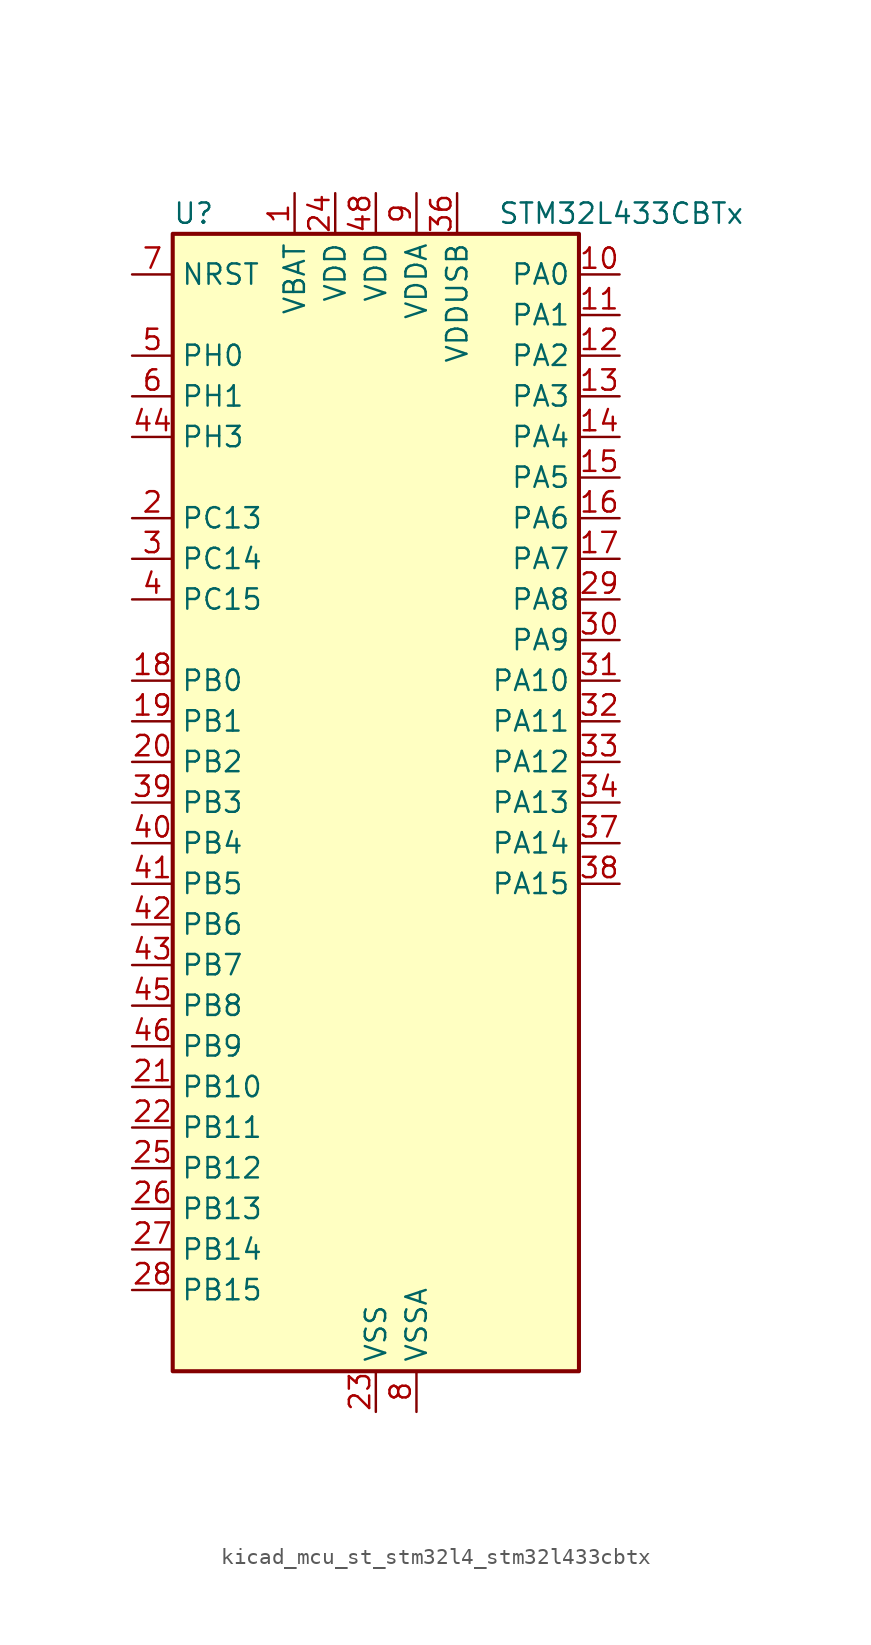
<source format=kicad_sym>
(kicad_symbol_lib
  (version 20220914)
  (generator kicad_symbol_editor)
  (symbol "kicad_mcu_st_stm32l4_stm32l433cbtx"
    (property "Reference" "U"
      (at -12.7 36.83 0)
      (effects (font (size 1.27 1.27)) (justify left)))
    (property "Value" "STM32L433CBTx"
      (at 7.62 36.83 0)
      (effects (font (size 1.27 1.27)) (justify left)))
    (property "ki_locked" ""
      (at 0 0 0)
      (effects (font (size 1.27 1.27))))
    (symbol "kicad_mcu_st_stm32l4_stm32l433cbtx_0_1"
      (rectangle (start -12.7 -35.56) (end 12.7 35.56) (stroke (width 0.254) (type default)) (fill (type background))))
    (symbol "kicad_mcu_st_stm32l4_stm32l433cbtx_1_1"
      (pin power_in line (at -5.08 38.1 270) (length 2.54) (name "VBAT" (effects (font (size 1.27 1.27)))) (number "1" (effects (font (size 1.27 1.27)))))
      (pin bidirectional line (at 15.24 33.02 180) (length 2.54) (name "PA0" (effects (font (size 1.27 1.27)))) (number "10" (effects (font (size 1.27 1.27)))) (alternate "ADC1_IN5" bidirectional line) (alternate "COMP1_INM" bidirectional line) (alternate "COMP1_OUT" bidirectional line) (alternate "OPAMP1_VINP" bidirectional line) (alternate "RTC_TAMP2" bidirectional line) (alternate "SAI1_EXTCLK" bidirectional line) (alternate "SYS_WKUP1" bidirectional line) (alternate "TIM2_CH1" bidirectional line) (alternate "TIM2_ETR" bidirectional line) (alternate "USART2_CTS" bidirectional line))
      (pin bidirectional line (at 15.24 30.48 180) (length 2.54) (name "PA1" (effects (font (size 1.27 1.27)))) (number "11" (effects (font (size 1.27 1.27)))) (alternate "ADC1_IN6" bidirectional line) (alternate "COMP1_INP" bidirectional line) (alternate "I2C1_SMBA" bidirectional line) (alternate "LCD_SEG0" bidirectional line) (alternate "OPAMP1_VINM" bidirectional line) (alternate "SPI1_SCK" bidirectional line) (alternate "TIM15_CH1N" bidirectional line) (alternate "TIM2_CH2" bidirectional line) (alternate "USART2_DE" bidirectional line) (alternate "USART2_RTS" bidirectional line))
      (pin bidirectional line (at 15.24 27.94 180) (length 2.54) (name "PA2" (effects (font (size 1.27 1.27)))) (number "12" (effects (font (size 1.27 1.27)))) (alternate "ADC1_IN7" bidirectional line) (alternate "COMP2_INM" bidirectional line) (alternate "COMP2_OUT" bidirectional line) (alternate "LCD_SEG1" bidirectional line) (alternate "LPUART1_TX" bidirectional line) (alternate "QUADSPI_BK1_NCS" bidirectional line) (alternate "RCC_LSCO" bidirectional line) (alternate "SYS_WKUP4" bidirectional line) (alternate "TIM15_CH1" bidirectional line) (alternate "TIM2_CH3" bidirectional line) (alternate "USART2_TX" bidirectional line))
      (pin bidirectional line (at 15.24 25.4 180) (length 2.54) (name "PA3" (effects (font (size 1.27 1.27)))) (number "13" (effects (font (size 1.27 1.27)))) (alternate "ADC1_IN8" bidirectional line) (alternate "COMP2_INP" bidirectional line) (alternate "LCD_SEG2" bidirectional line) (alternate "LPUART1_RX" bidirectional line) (alternate "OPAMP1_VOUT" bidirectional line) (alternate "QUADSPI_CLK" bidirectional line) (alternate "SAI1_MCLK_A" bidirectional line) (alternate "TIM15_CH2" bidirectional line) (alternate "TIM2_CH4" bidirectional line) (alternate "USART2_RX" bidirectional line))
      (pin bidirectional line (at 15.24 22.86 180) (length 2.54) (name "PA4" (effects (font (size 1.27 1.27)))) (number "14" (effects (font (size 1.27 1.27)))) (alternate "ADC1_IN9" bidirectional line) (alternate "COMP1_INM" bidirectional line) (alternate "COMP2_INM" bidirectional line) (alternate "DAC1_OUT1" bidirectional line) (alternate "LPTIM2_OUT" bidirectional line) (alternate "SAI1_FS_B" bidirectional line) (alternate "SPI1_NSS" bidirectional line) (alternate "SPI3_NSS" bidirectional line) (alternate "USART2_CK" bidirectional line))
      (pin bidirectional line (at 15.24 20.32 180) (length 2.54) (name "PA5" (effects (font (size 1.27 1.27)))) (number "15" (effects (font (size 1.27 1.27)))) (alternate "ADC1_IN10" bidirectional line) (alternate "COMP1_INM" bidirectional line) (alternate "COMP2_INM" bidirectional line) (alternate "DAC1_OUT2" bidirectional line) (alternate "LPTIM2_ETR" bidirectional line) (alternate "SPI1_SCK" bidirectional line) (alternate "TIM2_CH1" bidirectional line) (alternate "TIM2_ETR" bidirectional line))
      (pin bidirectional line (at 15.24 17.78 180) (length 2.54) (name "PA6" (effects (font (size 1.27 1.27)))) (number "16" (effects (font (size 1.27 1.27)))) (alternate "ADC1_IN11" bidirectional line) (alternate "COMP1_OUT" bidirectional line) (alternate "LCD_SEG3" bidirectional line) (alternate "LPUART1_CTS" bidirectional line) (alternate "QUADSPI_BK1_IO3" bidirectional line) (alternate "SPI1_MISO" bidirectional line) (alternate "TIM16_CH1" bidirectional line) (alternate "TIM1_BKIN" bidirectional line) (alternate "TIM1_BKIN_COMP2" bidirectional line) (alternate "USART3_CTS" bidirectional line))
      (pin bidirectional line (at 15.24 15.24 180) (length 2.54) (name "PA7" (effects (font (size 1.27 1.27)))) (number "17" (effects (font (size 1.27 1.27)))) (alternate "ADC1_IN12" bidirectional line) (alternate "COMP2_OUT" bidirectional line) (alternate "I2C3_SCL" bidirectional line) (alternate "LCD_SEG4" bidirectional line) (alternate "QUADSPI_BK1_IO2" bidirectional line) (alternate "SPI1_MOSI" bidirectional line) (alternate "TIM1_CH1N" bidirectional line))
      (pin bidirectional line (at -15.24 7.62 0) (length 2.54) (name "PB0" (effects (font (size 1.27 1.27)))) (number "18" (effects (font (size 1.27 1.27)))) (alternate "ADC1_IN15" bidirectional line) (alternate "COMP1_OUT" bidirectional line) (alternate "LCD_SEG5" bidirectional line) (alternate "QUADSPI_BK1_IO1" bidirectional line) (alternate "SAI1_EXTCLK" bidirectional line) (alternate "SPI1_NSS" bidirectional line) (alternate "TIM1_CH2N" bidirectional line) (alternate "USART3_CK" bidirectional line))
      (pin bidirectional line (at -15.24 5.08 0) (length 2.54) (name "PB1" (effects (font (size 1.27 1.27)))) (number "19" (effects (font (size 1.27 1.27)))) (alternate "ADC1_IN16" bidirectional line) (alternate "COMP1_INM" bidirectional line) (alternate "LCD_SEG6" bidirectional line) (alternate "LPTIM2_IN1" bidirectional line) (alternate "LPUART1_DE" bidirectional line) (alternate "LPUART1_RTS" bidirectional line) (alternate "QUADSPI_BK1_IO0" bidirectional line) (alternate "TIM1_CH3N" bidirectional line) (alternate "USART3_DE" bidirectional line) (alternate "USART3_RTS" bidirectional line))
      (pin bidirectional line (at -15.24 17.78 0) (length 2.54) (name "PC13" (effects (font (size 1.27 1.27)))) (number "2" (effects (font (size 1.27 1.27)))) (alternate "RTC_OUT_ALARM" bidirectional line) (alternate "RTC_OUT_CALIB" bidirectional line) (alternate "RTC_TAMP1" bidirectional line) (alternate "RTC_TS" bidirectional line) (alternate "SYS_WKUP2" bidirectional line))
      (pin bidirectional line (at -15.24 2.54 0) (length 2.54) (name "PB2" (effects (font (size 1.27 1.27)))) (number "20" (effects (font (size 1.27 1.27)))) (alternate "COMP1_INP" bidirectional line) (alternate "I2C3_SMBA" bidirectional line) (alternate "LCD_VLCD" bidirectional line) (alternate "LPTIM1_OUT" bidirectional line) (alternate "RTC_OUT_ALARM" bidirectional line) (alternate "RTC_OUT_CALIB" bidirectional line))
      (pin bidirectional line (at -15.24 -17.78 0) (length 2.54) (name "PB10" (effects (font (size 1.27 1.27)))) (number "21" (effects (font (size 1.27 1.27)))) (alternate "COMP1_OUT" bidirectional line) (alternate "I2C2_SCL" bidirectional line) (alternate "LCD_SEG10" bidirectional line) (alternate "LPUART1_RX" bidirectional line) (alternate "QUADSPI_CLK" bidirectional line) (alternate "SAI1_SCK_A" bidirectional line) (alternate "SPI2_SCK" bidirectional line) (alternate "TIM2_CH3" bidirectional line) (alternate "TSC_SYNC" bidirectional line) (alternate "USART3_TX" bidirectional line))
      (pin bidirectional line (at -15.24 -20.32 0) (length 2.54) (name "PB11" (effects (font (size 1.27 1.27)))) (number "22" (effects (font (size 1.27 1.27)))) (alternate "ADC1_EXTI11" bidirectional line) (alternate "COMP2_OUT" bidirectional line) (alternate "I2C2_SDA" bidirectional line) (alternate "LCD_SEG11" bidirectional line) (alternate "LPUART1_TX" bidirectional line) (alternate "QUADSPI_BK1_NCS" bidirectional line) (alternate "TIM2_CH4" bidirectional line) (alternate "USART3_RX" bidirectional line))
      (pin power_in line (at 0 -38.1 90) (length 2.54) (name "VSS" (effects (font (size 1.27 1.27)))) (number "23" (effects (font (size 1.27 1.27)))))
      (pin power_in line (at -2.54 38.1 270) (length 2.54) (name "VDD" (effects (font (size 1.27 1.27)))) (number "24" (effects (font (size 1.27 1.27)))))
      (pin bidirectional line (at -15.24 -22.86 0) (length 2.54) (name "PB12" (effects (font (size 1.27 1.27)))) (number "25" (effects (font (size 1.27 1.27)))) (alternate "I2C2_SMBA" bidirectional line) (alternate "LCD_SEG12" bidirectional line) (alternate "LPUART1_DE" bidirectional line) (alternate "LPUART1_RTS" bidirectional line) (alternate "SAI1_FS_A" bidirectional line) (alternate "SPI2_NSS" bidirectional line) (alternate "SWPMI1_IO" bidirectional line) (alternate "TIM15_BKIN" bidirectional line) (alternate "TIM1_BKIN" bidirectional line) (alternate "TIM1_BKIN_COMP2" bidirectional line) (alternate "TSC_G1_IO1" bidirectional line) (alternate "USART3_CK" bidirectional line))
      (pin bidirectional line (at -15.24 -25.4 0) (length 2.54) (name "PB13" (effects (font (size 1.27 1.27)))) (number "26" (effects (font (size 1.27 1.27)))) (alternate "I2C2_SCL" bidirectional line) (alternate "LCD_SEG13" bidirectional line) (alternate "LPUART1_CTS" bidirectional line) (alternate "SAI1_SCK_A" bidirectional line) (alternate "SPI2_SCK" bidirectional line) (alternate "SWPMI1_TX" bidirectional line) (alternate "TIM15_CH1N" bidirectional line) (alternate "TIM1_CH1N" bidirectional line) (alternate "TSC_G1_IO2" bidirectional line) (alternate "USART3_CTS" bidirectional line))
      (pin bidirectional line (at -15.24 -27.94 0) (length 2.54) (name "PB14" (effects (font (size 1.27 1.27)))) (number "27" (effects (font (size 1.27 1.27)))) (alternate "I2C2_SDA" bidirectional line) (alternate "LCD_SEG14" bidirectional line) (alternate "SAI1_MCLK_A" bidirectional line) (alternate "SPI2_MISO" bidirectional line) (alternate "SWPMI1_RX" bidirectional line) (alternate "TIM15_CH1" bidirectional line) (alternate "TIM1_CH2N" bidirectional line) (alternate "TSC_G1_IO3" bidirectional line) (alternate "USART3_DE" bidirectional line) (alternate "USART3_RTS" bidirectional line))
      (pin bidirectional line (at -15.24 -30.48 0) (length 2.54) (name "PB15" (effects (font (size 1.27 1.27)))) (number "28" (effects (font (size 1.27 1.27)))) (alternate "ADC1_EXTI15" bidirectional line) (alternate "LCD_SEG15" bidirectional line) (alternate "RTC_REFIN" bidirectional line) (alternate "SAI1_SD_A" bidirectional line) (alternate "SPI2_MOSI" bidirectional line) (alternate "SWPMI1_SUSPEND" bidirectional line) (alternate "TIM15_CH2" bidirectional line) (alternate "TIM1_CH3N" bidirectional line) (alternate "TSC_G1_IO4" bidirectional line))
      (pin bidirectional line (at 15.24 12.7 180) (length 2.54) (name "PA8" (effects (font (size 1.27 1.27)))) (number "29" (effects (font (size 1.27 1.27)))) (alternate "LCD_COM0" bidirectional line) (alternate "LPTIM2_OUT" bidirectional line) (alternate "RCC_MCO" bidirectional line) (alternate "SAI1_SCK_A" bidirectional line) (alternate "SWPMI1_IO" bidirectional line) (alternate "TIM1_CH1" bidirectional line) (alternate "USART1_CK" bidirectional line))
      (pin bidirectional line (at -15.24 15.24 0) (length 2.54) (name "PC14" (effects (font (size 1.27 1.27)))) (number "3" (effects (font (size 1.27 1.27)))) (alternate "RCC_OSC32_IN" bidirectional line))
      (pin bidirectional line (at 15.24 10.16 180) (length 2.54) (name "PA9" (effects (font (size 1.27 1.27)))) (number "30" (effects (font (size 1.27 1.27)))) (alternate "DAC1_EXTI9" bidirectional line) (alternate "I2C1_SCL" bidirectional line) (alternate "LCD_COM1" bidirectional line) (alternate "SAI1_FS_A" bidirectional line) (alternate "TIM15_BKIN" bidirectional line) (alternate "TIM1_CH2" bidirectional line) (alternate "USART1_TX" bidirectional line))
      (pin bidirectional line (at 15.24 7.62 180) (length 2.54) (name "PA10" (effects (font (size 1.27 1.27)))) (number "31" (effects (font (size 1.27 1.27)))) (alternate "CRS_SYNC" bidirectional line) (alternate "I2C1_SDA" bidirectional line) (alternate "LCD_COM2" bidirectional line) (alternate "SAI1_SD_A" bidirectional line) (alternate "TIM1_CH3" bidirectional line) (alternate "USART1_RX" bidirectional line))
      (pin bidirectional line (at 15.24 5.08 180) (length 2.54) (name "PA11" (effects (font (size 1.27 1.27)))) (number "32" (effects (font (size 1.27 1.27)))) (alternate "ADC1_EXTI11" bidirectional line) (alternate "CAN1_RX" bidirectional line) (alternate "COMP1_OUT" bidirectional line) (alternate "SPI1_MISO" bidirectional line) (alternate "TIM1_BKIN2" bidirectional line) (alternate "TIM1_BKIN2_COMP1" bidirectional line) (alternate "TIM1_CH4" bidirectional line) (alternate "USART1_CTS" bidirectional line) (alternate "USB_DM" bidirectional line))
      (pin bidirectional line (at 15.24 2.54 180) (length 2.54) (name "PA12" (effects (font (size 1.27 1.27)))) (number "33" (effects (font (size 1.27 1.27)))) (alternate "CAN1_TX" bidirectional line) (alternate "SPI1_MOSI" bidirectional line) (alternate "TIM1_ETR" bidirectional line) (alternate "USART1_DE" bidirectional line) (alternate "USART1_RTS" bidirectional line) (alternate "USB_DP" bidirectional line))
      (pin bidirectional line (at 15.24 0 180) (length 2.54) (name "PA13" (effects (font (size 1.27 1.27)))) (number "34" (effects (font (size 1.27 1.27)))) (alternate "IR_OUT" bidirectional line) (alternate "SAI1_SD_B" bidirectional line) (alternate "SWPMI1_TX" bidirectional line) (alternate "SYS_JTMS-SWDIO" bidirectional line) (alternate "USB_NOE" bidirectional line))
      (pin passive line (at 0 -38.1 90) (length 2.54) hide (name "VSS" (effects (font (size 1.27 1.27)))) (number "35" (effects (font (size 1.27 1.27)))))
      (pin power_in line (at 5.08 38.1 270) (length 2.54) (name "VDDUSB" (effects (font (size 1.27 1.27)))) (number "36" (effects (font (size 1.27 1.27)))))
      (pin bidirectional line (at 15.24 -2.54 180) (length 2.54) (name "PA14" (effects (font (size 1.27 1.27)))) (number "37" (effects (font (size 1.27 1.27)))) (alternate "I2C1_SMBA" bidirectional line) (alternate "LPTIM1_OUT" bidirectional line) (alternate "SAI1_FS_B" bidirectional line) (alternate "SWPMI1_RX" bidirectional line) (alternate "SYS_JTCK-SWCLK" bidirectional line))
      (pin bidirectional line (at 15.24 -5.08 180) (length 2.54) (name "PA15" (effects (font (size 1.27 1.27)))) (number "38" (effects (font (size 1.27 1.27)))) (alternate "ADC1_EXTI15" bidirectional line) (alternate "LCD_SEG17" bidirectional line) (alternate "SPI1_NSS" bidirectional line) (alternate "SPI3_NSS" bidirectional line) (alternate "SWPMI1_SUSPEND" bidirectional line) (alternate "SYS_JTDI" bidirectional line) (alternate "TIM2_CH1" bidirectional line) (alternate "TIM2_ETR" bidirectional line) (alternate "USART2_RX" bidirectional line) (alternate "USART3_DE" bidirectional line) (alternate "USART3_RTS" bidirectional line))
      (pin bidirectional line (at -15.24 0 0) (length 2.54) (name "PB3" (effects (font (size 1.27 1.27)))) (number "39" (effects (font (size 1.27 1.27)))) (alternate "COMP2_INM" bidirectional line) (alternate "LCD_SEG7" bidirectional line) (alternate "SAI1_SCK_B" bidirectional line) (alternate "SPI1_SCK" bidirectional line) (alternate "SPI3_SCK" bidirectional line) (alternate "SYS_JTDO-SWO" bidirectional line) (alternate "TIM2_CH2" bidirectional line) (alternate "USART1_DE" bidirectional line) (alternate "USART1_RTS" bidirectional line))
      (pin bidirectional line (at -15.24 12.7 0) (length 2.54) (name "PC15" (effects (font (size 1.27 1.27)))) (number "4" (effects (font (size 1.27 1.27)))) (alternate "ADC1_EXTI15" bidirectional line) (alternate "RCC_OSC32_OUT" bidirectional line))
      (pin bidirectional line (at -15.24 -2.54 0) (length 2.54) (name "PB4" (effects (font (size 1.27 1.27)))) (number "40" (effects (font (size 1.27 1.27)))) (alternate "COMP2_INP" bidirectional line) (alternate "I2C3_SDA" bidirectional line) (alternate "LCD_SEG8" bidirectional line) (alternate "SAI1_MCLK_B" bidirectional line) (alternate "SPI1_MISO" bidirectional line) (alternate "SPI3_MISO" bidirectional line) (alternate "SYS_JTRST" bidirectional line) (alternate "TSC_G2_IO1" bidirectional line) (alternate "USART1_CTS" bidirectional line))
      (pin bidirectional line (at -15.24 -5.08 0) (length 2.54) (name "PB5" (effects (font (size 1.27 1.27)))) (number "41" (effects (font (size 1.27 1.27)))) (alternate "COMP2_OUT" bidirectional line) (alternate "I2C1_SMBA" bidirectional line) (alternate "LCD_SEG9" bidirectional line) (alternate "LPTIM1_IN1" bidirectional line) (alternate "SAI1_SD_B" bidirectional line) (alternate "SPI1_MOSI" bidirectional line) (alternate "SPI3_MOSI" bidirectional line) (alternate "TIM16_BKIN" bidirectional line) (alternate "TSC_G2_IO2" bidirectional line) (alternate "USART1_CK" bidirectional line))
      (pin bidirectional line (at -15.24 -7.62 0) (length 2.54) (name "PB6" (effects (font (size 1.27 1.27)))) (number "42" (effects (font (size 1.27 1.27)))) (alternate "COMP2_INP" bidirectional line) (alternate "I2C1_SCL" bidirectional line) (alternate "LPTIM1_ETR" bidirectional line) (alternate "SAI1_FS_B" bidirectional line) (alternate "TIM16_CH1N" bidirectional line) (alternate "TSC_G2_IO3" bidirectional line) (alternate "USART1_TX" bidirectional line))
      (pin bidirectional line (at -15.24 -10.16 0) (length 2.54) (name "PB7" (effects (font (size 1.27 1.27)))) (number "43" (effects (font (size 1.27 1.27)))) (alternate "COMP2_INM" bidirectional line) (alternate "I2C1_SDA" bidirectional line) (alternate "LCD_SEG21" bidirectional line) (alternate "LPTIM1_IN2" bidirectional line) (alternate "SYS_PVD_IN" bidirectional line) (alternate "TSC_G2_IO4" bidirectional line) (alternate "USART1_RX" bidirectional line))
      (pin bidirectional line (at -15.24 22.86 0) (length 2.54) (name "PH3" (effects (font (size 1.27 1.27)))) (number "44" (effects (font (size 1.27 1.27)))))
      (pin bidirectional line (at -15.24 -12.7 0) (length 2.54) (name "PB8" (effects (font (size 1.27 1.27)))) (number "45" (effects (font (size 1.27 1.27)))) (alternate "CAN1_RX" bidirectional line) (alternate "I2C1_SCL" bidirectional line) (alternate "LCD_SEG16" bidirectional line) (alternate "SAI1_MCLK_A" bidirectional line) (alternate "TIM16_CH1" bidirectional line))
      (pin bidirectional line (at -15.24 -15.24 0) (length 2.54) (name "PB9" (effects (font (size 1.27 1.27)))) (number "46" (effects (font (size 1.27 1.27)))) (alternate "CAN1_TX" bidirectional line) (alternate "DAC1_EXTI9" bidirectional line) (alternate "I2C1_SDA" bidirectional line) (alternate "IR_OUT" bidirectional line) (alternate "LCD_COM3" bidirectional line) (alternate "SAI1_FS_A" bidirectional line) (alternate "SPI2_NSS" bidirectional line))
      (pin passive line (at 0 -38.1 90) (length 2.54) hide (name "VSS" (effects (font (size 1.27 1.27)))) (number "47" (effects (font (size 1.27 1.27)))))
      (pin power_in line (at 0 38.1 270) (length 2.54) (name "VDD" (effects (font (size 1.27 1.27)))) (number "48" (effects (font (size 1.27 1.27)))))
      (pin bidirectional line (at -15.24 27.94 0) (length 2.54) (name "PH0" (effects (font (size 1.27 1.27)))) (number "5" (effects (font (size 1.27 1.27)))) (alternate "RCC_OSC_IN" bidirectional line))
      (pin bidirectional line (at -15.24 25.4 0) (length 2.54) (name "PH1" (effects (font (size 1.27 1.27)))) (number "6" (effects (font (size 1.27 1.27)))) (alternate "RCC_OSC_OUT" bidirectional line))
      (pin input line (at -15.24 33.02 0) (length 2.54) (name "NRST" (effects (font (size 1.27 1.27)))) (number "7" (effects (font (size 1.27 1.27)))))
      (pin power_in line (at 2.54 -38.1 90) (length 2.54) (name "VSSA" (effects (font (size 1.27 1.27)))) (number "8" (effects (font (size 1.27 1.27)))))
      (pin power_in line (at 2.54 38.1 270) (length 2.54) (name "VDDA" (effects (font (size 1.27 1.27)))) (number "9" (effects (font (size 1.27 1.27))))))))
</source>
